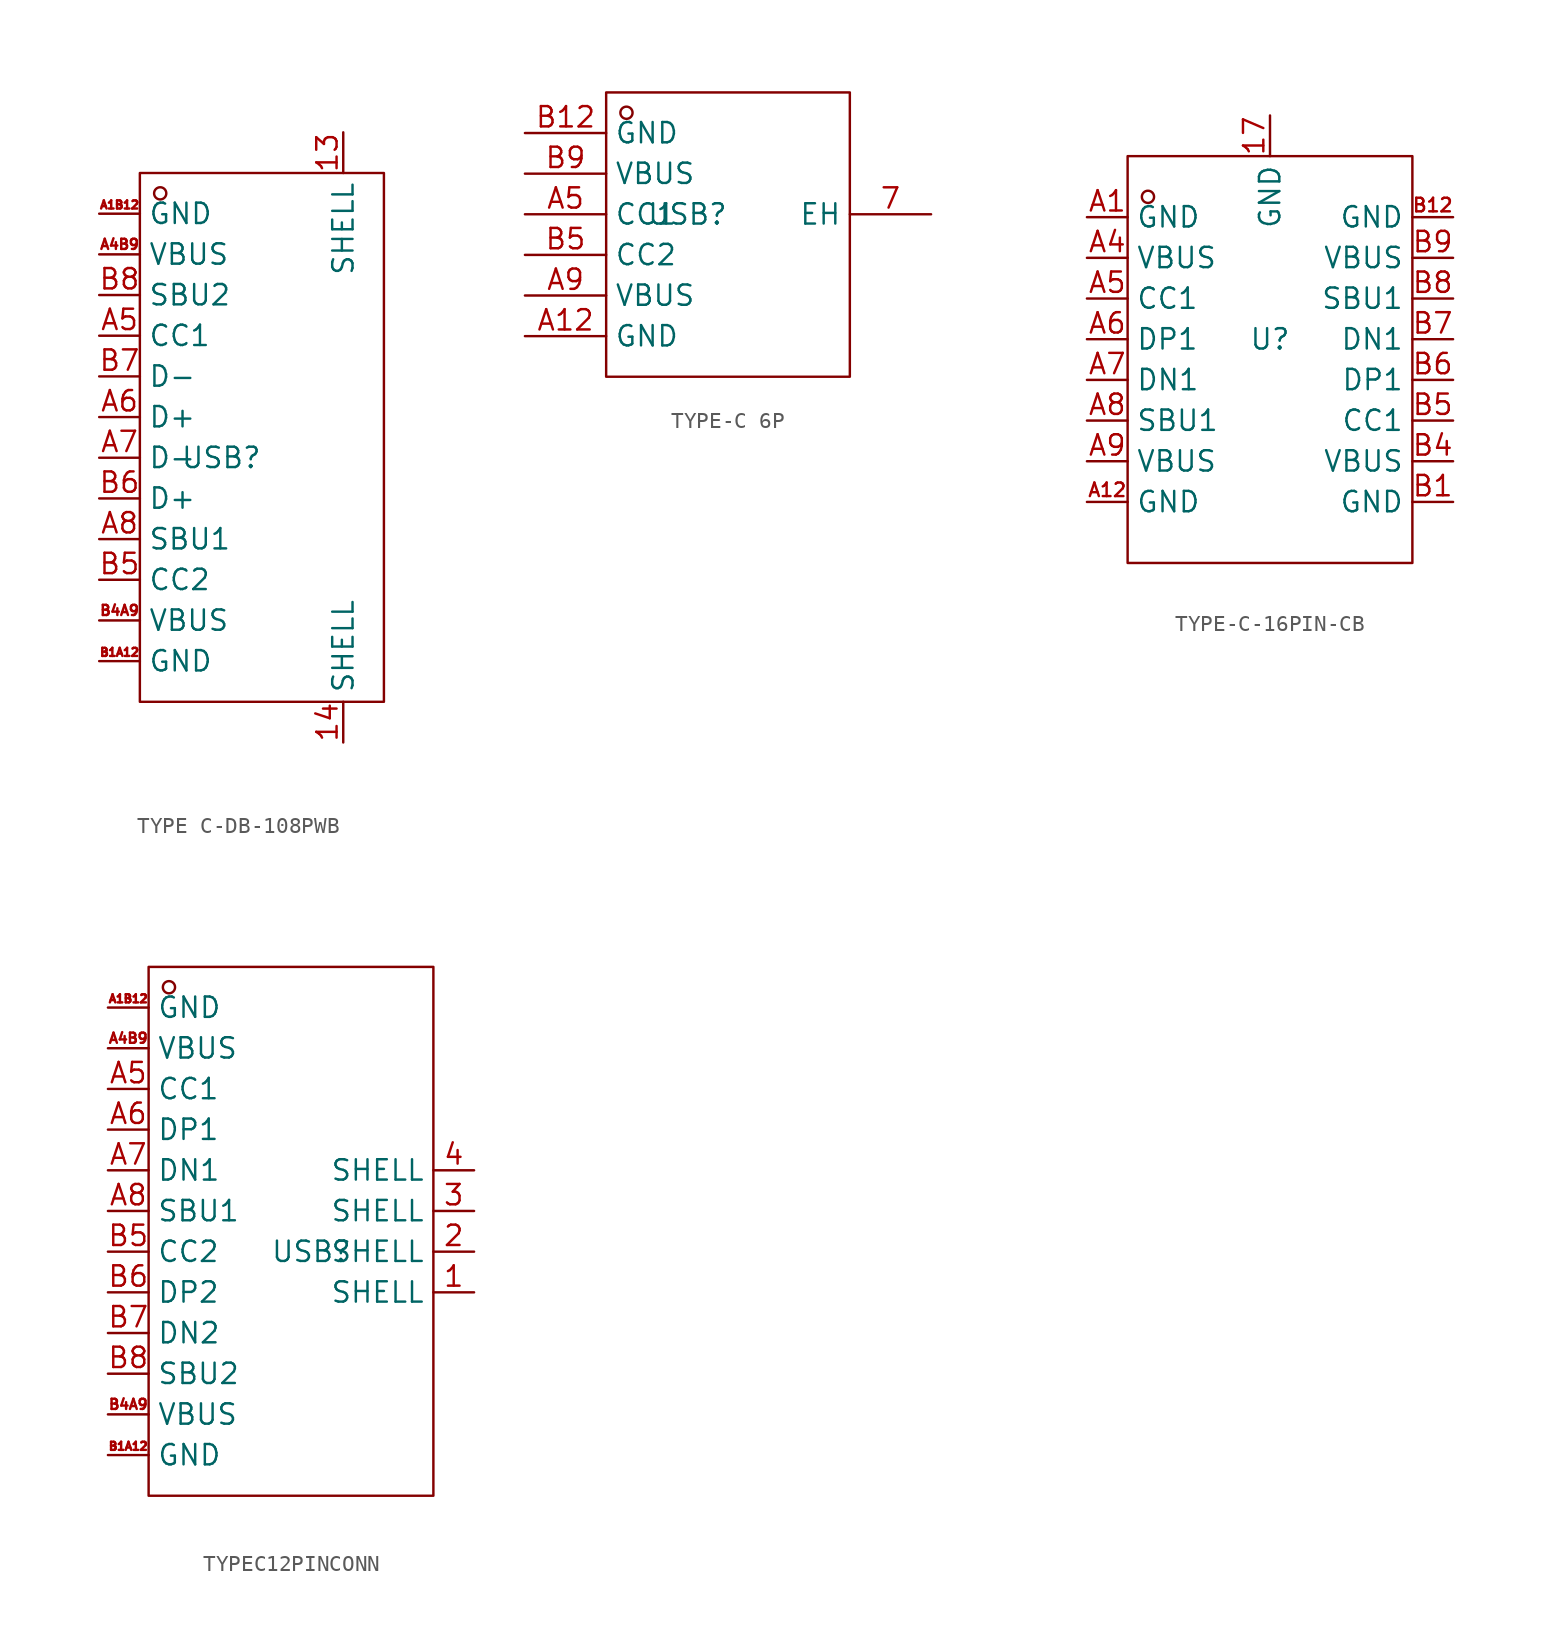
<source format=kicad_sym>
(kicad_symbol_lib
  (version 20231120)
  (generator "kicad_symbol_editor")
  (generator_version "8.0")
  (symbol "TYPE C-DB-108PWB"
    (property "Reference" "USB"
      (at 0 0 0)
      (effects (font (size 1.27 1.27))))
    (property "Value" ""
      (at 0 0 0)
      (effects (font (size 1.27 1.27))))
    (symbol "TYPE C-DB-108PWB_1_0"
      (rectangle (start -5.08 -15.24) (end 10.16 17.78) (stroke (width 0) (type default)) (fill (type none)))
      (circle (center -3.81 16.51) (radius 0.381) (stroke (width 0) (type default)) (fill (type none)))
      (pin input line (at 7.62 20.32 270) (length 2.54) (name "SHELL" (effects (font (size 1.27 1.27)))) (number "13" (effects (font (size 1.27 1.27)))))
      (pin input line (at 7.62 -17.78 90) (length 2.54) (name "SHELL" (effects (font (size 1.27 1.27)))) (number "14" (effects (font (size 1.27 1.27)))))
      (pin input line (at -7.62 15.24 0) (length 2.54) (name "GND" (effects (font (size 1.27 1.27)))) (number "A1B12" (effects (font (size 0.508 0.508)))))
      (pin input line (at -7.62 12.7 0) (length 2.54) (name "VBUS" (effects (font (size 1.27 1.27)))) (number "A4B9" (effects (font (size 0.635 0.635)))))
      (pin input line (at -7.62 7.62 0) (length 2.54) (name "CC1" (effects (font (size 1.27 1.27)))) (number "A5" (effects (font (size 1.27 1.27)))))
      (pin input line (at -7.62 2.54 0) (length 2.54) (name "D+" (effects (font (size 1.27 1.27)))) (number "A6" (effects (font (size 1.27 1.27)))))
      (pin input line (at -7.62 0 0) (length 2.54) (name "D-" (effects (font (size 1.27 1.27)))) (number "A7" (effects (font (size 1.27 1.27)))))
      (pin input line (at -7.62 -5.08 0) (length 2.54) (name "SBU1" (effects (font (size 1.27 1.27)))) (number "A8" (effects (font (size 1.27 1.27)))))
      (pin input line (at -7.62 -12.7 0) (length 2.54) (name "GND" (effects (font (size 1.27 1.27)))) (number "B1A12" (effects (font (size 0.508 0.508)))))
      (pin input line (at -7.62 -10.16 0) (length 2.54) (name "VBUS" (effects (font (size 1.27 1.27)))) (number "B4A9" (effects (font (size 0.635 0.635)))))
      (pin input line (at -7.62 -7.62 0) (length 2.54) (name "CC2" (effects (font (size 1.27 1.27)))) (number "B5" (effects (font (size 1.27 1.27)))))
      (pin input line (at -7.62 -2.54 0) (length 2.54) (name "D+" (effects (font (size 1.27 1.27)))) (number "B6" (effects (font (size 1.27 1.27)))))
      (pin input line (at -7.62 5.08 0) (length 2.54) (name "D-" (effects (font (size 1.27 1.27)))) (number "B7" (effects (font (size 1.27 1.27)))))
      (pin input line (at -7.62 10.16 0) (length 2.54) (name "SBU2" (effects (font (size 1.27 1.27)))) (number "B8" (effects (font (size 1.27 1.27)))))))
  (symbol "TYPE-C 6P"
    (property "Reference" "USB"
      (at 0 0 0)
      (effects (font (size 1.27 1.27))))
    (property "Value" ""
      (at 0 0 0)
      (effects (font (size 1.27 1.27))))
    (symbol "TYPE-C 6P_1_0"
      (rectangle (start -5.08 -10.16) (end 10.16 7.62) (stroke (width 0) (type default)) (fill (type none)))
      (circle (center -3.81 6.35) (radius 0.381) (stroke (width 0) (type default)) (fill (type none)))
      (pin input line (at 15.24 0 180) (length 5.08) (name "EH" (effects (font (size 1.27 1.27)))) (number "7" (effects (font (size 1.27 1.27)))))
      (pin input line (at -10.16 -7.62 0) (length 5.08) (name "GND" (effects (font (size 1.27 1.27)))) (number "A12" (effects (font (size 1.27 1.27)))))
      (pin input line (at -10.16 0 0) (length 5.08) (name "CC1" (effects (font (size 1.27 1.27)))) (number "A5" (effects (font (size 1.27 1.27)))))
      (pin input line (at -10.16 -5.08 0) (length 5.08) (name "VBUS" (effects (font (size 1.27 1.27)))) (number "A9" (effects (font (size 1.27 1.27)))))
      (pin input line (at -10.16 5.08 0) (length 5.08) (name "GND" (effects (font (size 1.27 1.27)))) (number "B12" (effects (font (size 1.27 1.27)))))
      (pin input line (at -10.16 -2.54 0) (length 5.08) (name "CC2" (effects (font (size 1.27 1.27)))) (number "B5" (effects (font (size 1.27 1.27)))))
      (pin input line (at -10.16 2.54 0) (length 5.08) (name "VBUS" (effects (font (size 1.27 1.27)))) (number "B9" (effects (font (size 1.27 1.27)))))))
  (symbol "TYPE-C-16PIN-CB"
    (property "Reference" "U"
      (at 0 0 0)
      (effects (font (size 1.27 1.27))))
    (property "Value" ""
      (at 0 0 0)
      (effects (font (size 1.27 1.27))))
    (symbol "TYPE-C-16PIN-CB_1_0"
      (rectangle (start -8.89 -13.97) (end 8.89 11.43) (stroke (width 0) (type default)) (fill (type none)))
      (circle (center -7.62 8.89) (radius 0.381) (stroke (width 0) (type default)) (fill (type none)))
      (pin input line (at 0 13.97 270) (length 2.54) (name "GND" (effects (font (size 1.27 1.27)))) (number "17" (effects (font (size 1.27 1.27)))))
      (pin input line (at -11.43 7.62 0) (length 2.54) (name "GND" (effects (font (size 1.27 1.27)))) (number "A1" (effects (font (size 1.27 1.27)))))
      (pin input line (at -11.43 -10.16 0) (length 2.54) (name "GND" (effects (font (size 1.27 1.27)))) (number "A12" (effects (font (size 0.847 0.847)))))
      (pin input line (at -11.43 5.08 0) (length 2.54) (name "VBUS" (effects (font (size 1.27 1.27)))) (number "A4" (effects (font (size 1.27 1.27)))))
      (pin input line (at -11.43 2.54 0) (length 2.54) (name "CC1" (effects (font (size 1.27 1.27)))) (number "A5" (effects (font (size 1.27 1.27)))))
      (pin input line (at -11.43 0 0) (length 2.54) (name "DP1" (effects (font (size 1.27 1.27)))) (number "A6" (effects (font (size 1.27 1.27)))))
      (pin input line (at -11.43 -2.54 0) (length 2.54) (name "DN1" (effects (font (size 1.27 1.27)))) (number "A7" (effects (font (size 1.27 1.27)))))
      (pin input line (at -11.43 -5.08 0) (length 2.54) (name "SBU1" (effects (font (size 1.27 1.27)))) (number "A8" (effects (font (size 1.27 1.27)))))
      (pin input line (at -11.43 -7.62 0) (length 2.54) (name "VBUS" (effects (font (size 1.27 1.27)))) (number "A9" (effects (font (size 1.27 1.27)))))
      (pin input line (at 11.43 -10.16 180) (length 2.54) (name "GND" (effects (font (size 1.27 1.27)))) (number "B1" (effects (font (size 1.27 1.27)))))
      (pin input line (at 11.43 7.62 180) (length 2.54) (name "GND" (effects (font (size 1.27 1.27)))) (number "B12" (effects (font (size 0.847 0.847)))))
      (pin input line (at 11.43 -7.62 180) (length 2.54) (name "VBUS" (effects (font (size 1.27 1.27)))) (number "B4" (effects (font (size 1.27 1.27)))))
      (pin input line (at 11.43 -5.08 180) (length 2.54) (name "CC1" (effects (font (size 1.27 1.27)))) (number "B5" (effects (font (size 1.27 1.27)))))
      (pin input line (at 11.43 -2.54 180) (length 2.54) (name "DP1" (effects (font (size 1.27 1.27)))) (number "B6" (effects (font (size 1.27 1.27)))))
      (pin input line (at 11.43 0 180) (length 2.54) (name "DN1" (effects (font (size 1.27 1.27)))) (number "B7" (effects (font (size 1.27 1.27)))))
      (pin input line (at 11.43 2.54 180) (length 2.54) (name "SBU1" (effects (font (size 1.27 1.27)))) (number "B8" (effects (font (size 1.27 1.27)))))
      (pin input line (at 11.43 5.08 180) (length 2.54) (name "VBUS" (effects (font (size 1.27 1.27)))) (number "B9" (effects (font (size 1.27 1.27)))))))
  (symbol "TYPEC12PINCONN"
    (property "Reference" "USB"
      (at 0 0 0)
      (effects (font (size 1.27 1.27))))
    (property "Value" ""
      (at 0 0 0)
      (effects (font (size 1.27 1.27))))
    (symbol "TYPEC12PINCONN_1_0"
      (rectangle (start -10.16 -15.24) (end 7.62 17.78) (stroke (width 0) (type default)) (fill (type none)))
      (circle (center -8.89 16.51) (radius 0.381) (stroke (width 0) (type default)) (fill (type none)))
      (pin input line (at 10.16 -2.54 180) (length 2.54) (name "SHELL" (effects (font (size 1.27 1.27)))) (number "1" (effects (font (size 1.27 1.27)))))
      (pin input line (at 10.16 0 180) (length 2.54) (name "SHELL" (effects (font (size 1.27 1.27)))) (number "2" (effects (font (size 1.27 1.27)))))
      (pin input line (at 10.16 2.54 180) (length 2.54) (name "SHELL" (effects (font (size 1.27 1.27)))) (number "3" (effects (font (size 1.27 1.27)))))
      (pin input line (at 10.16 5.08 180) (length 2.54) (name "SHELL" (effects (font (size 1.27 1.27)))) (number "4" (effects (font (size 1.27 1.27)))))
      (pin input line (at -12.7 15.24 0) (length 2.54) (name "GND" (effects (font (size 1.27 1.27)))) (number "A1B12" (effects (font (size 0.508 0.508)))))
      (pin input line (at -12.7 12.7 0) (length 2.54) (name "VBUS" (effects (font (size 1.27 1.27)))) (number "A4B9" (effects (font (size 0.635 0.635)))))
      (pin input line (at -12.7 10.16 0) (length 2.54) (name "CC1" (effects (font (size 1.27 1.27)))) (number "A5" (effects (font (size 1.27 1.27)))))
      (pin input line (at -12.7 7.62 0) (length 2.54) (name "DP1" (effects (font (size 1.27 1.27)))) (number "A6" (effects (font (size 1.27 1.27)))))
      (pin input line (at -12.7 5.08 0) (length 2.54) (name "DN1" (effects (font (size 1.27 1.27)))) (number "A7" (effects (font (size 1.27 1.27)))))
      (pin input line (at -12.7 2.54 0) (length 2.54) (name "SBU1" (effects (font (size 1.27 1.27)))) (number "A8" (effects (font (size 1.27 1.27)))))
      (pin input line (at -12.7 -12.7 0) (length 2.54) (name "GND" (effects (font (size 1.27 1.27)))) (number "B1A12" (effects (font (size 0.508 0.508)))))
      (pin input line (at -12.7 -10.16 0) (length 2.54) (name "VBUS" (effects (font (size 1.27 1.27)))) (number "B4A9" (effects (font (size 0.635 0.635)))))
      (pin input line (at -12.7 0 0) (length 2.54) (name "CC2" (effects (font (size 1.27 1.27)))) (number "B5" (effects (font (size 1.27 1.27)))))
      (pin input line (at -12.7 -2.54 0) (length 2.54) (name "DP2" (effects (font (size 1.27 1.27)))) (number "B6" (effects (font (size 1.27 1.27)))))
      (pin input line (at -12.7 -5.08 0) (length 2.54) (name "DN2" (effects (font (size 1.27 1.27)))) (number "B7" (effects (font (size 1.27 1.27)))))
      (pin input line (at -12.7 -7.62 0) (length 2.54) (name "SBU2" (effects (font (size 1.27 1.27)))) (number "B8" (effects (font (size 1.27 1.27))))))))
</source>
